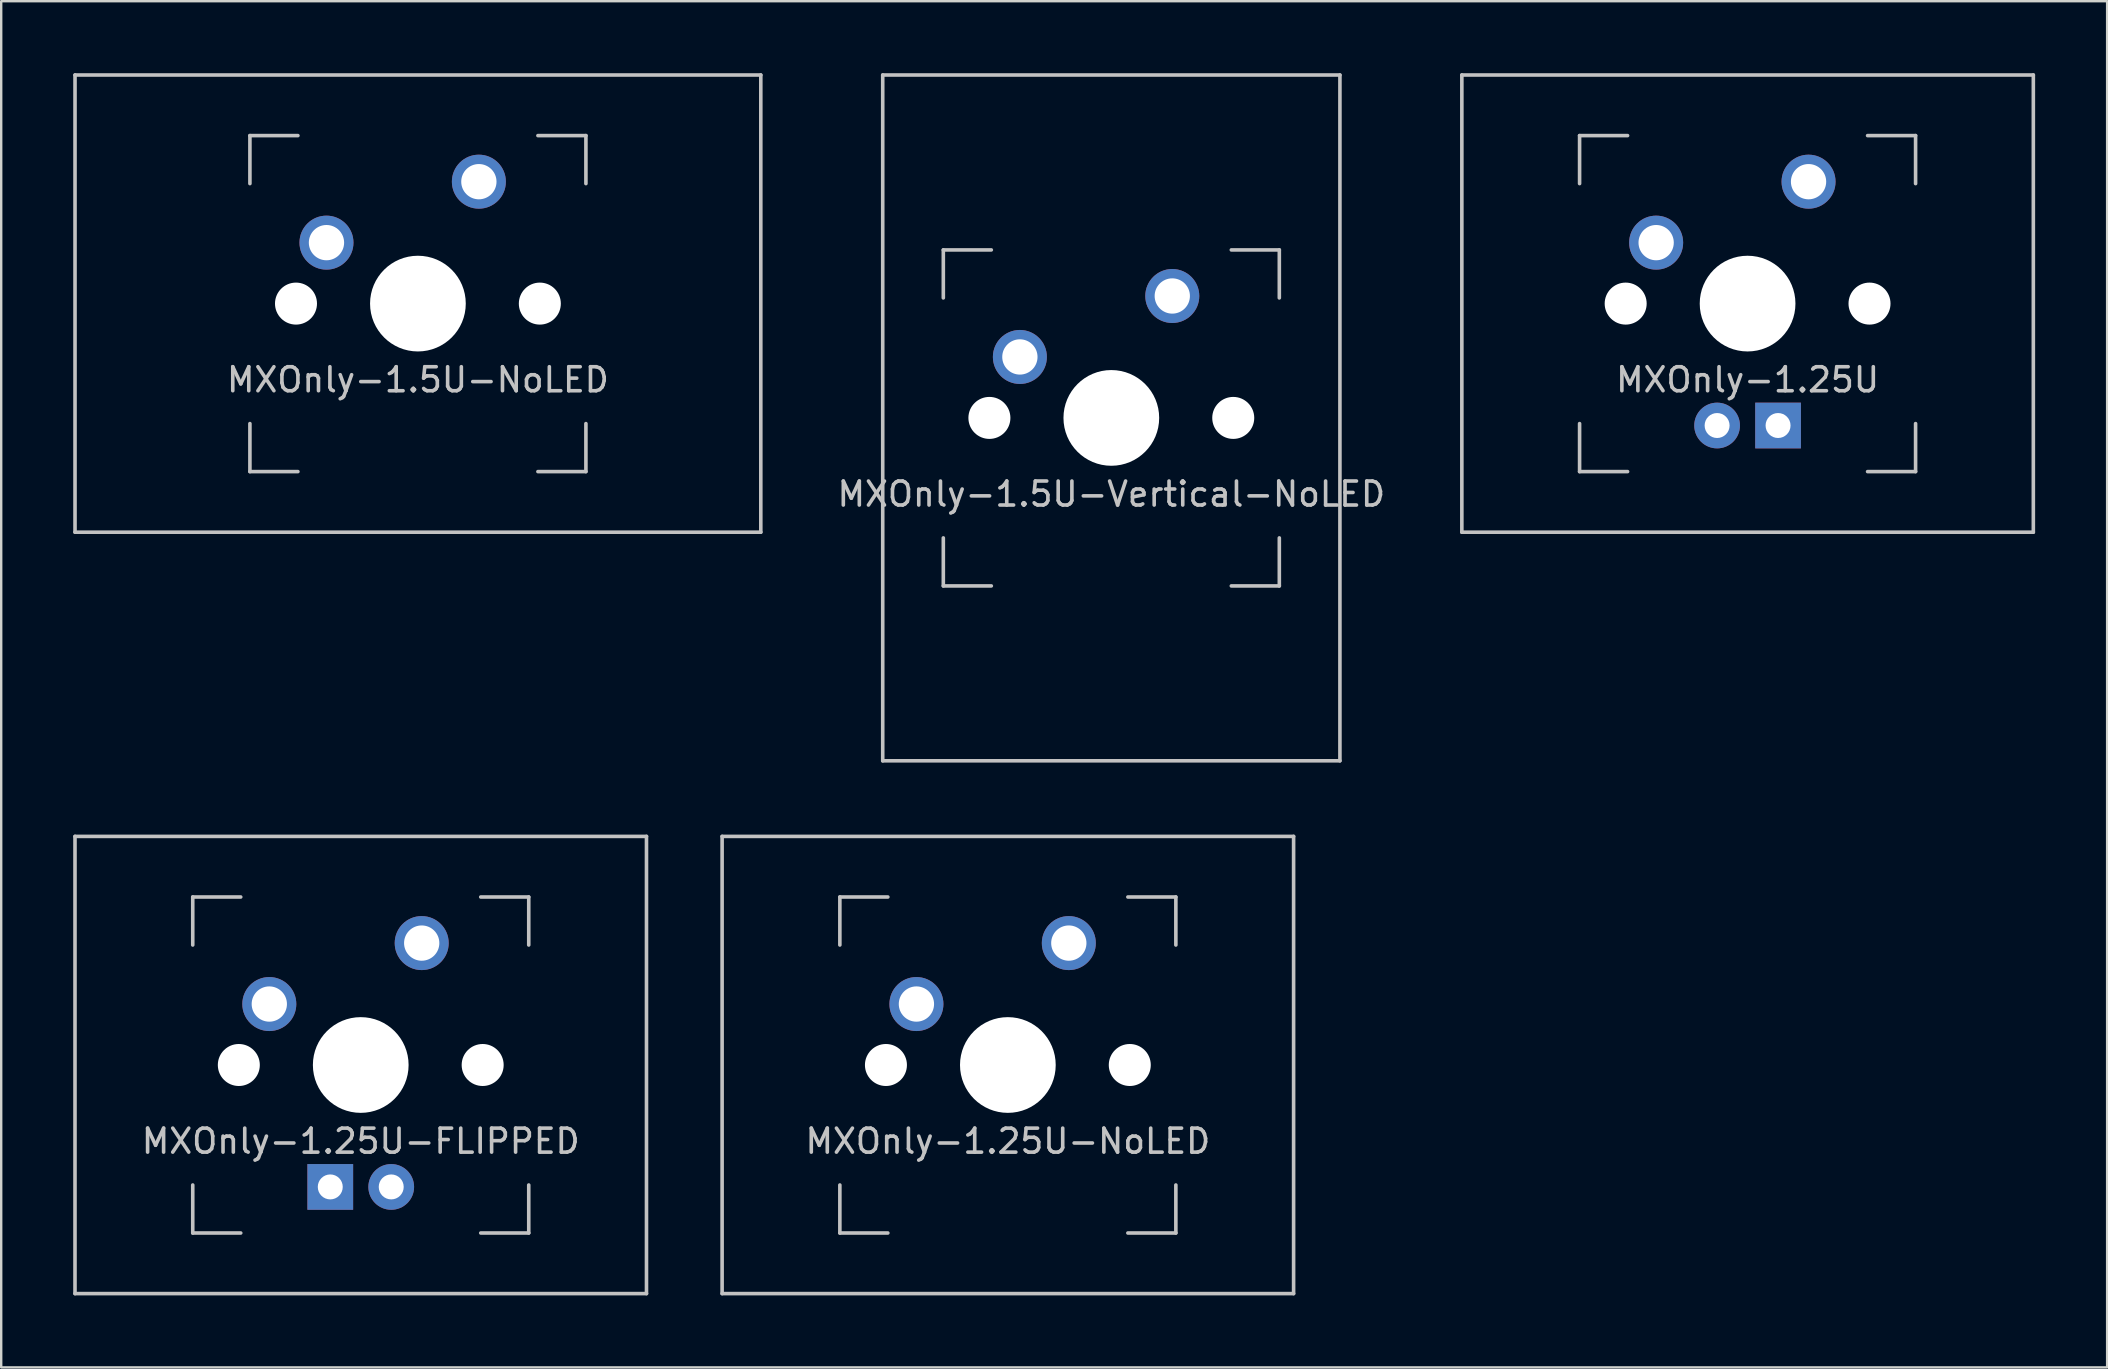
<source format=kicad_pcb>
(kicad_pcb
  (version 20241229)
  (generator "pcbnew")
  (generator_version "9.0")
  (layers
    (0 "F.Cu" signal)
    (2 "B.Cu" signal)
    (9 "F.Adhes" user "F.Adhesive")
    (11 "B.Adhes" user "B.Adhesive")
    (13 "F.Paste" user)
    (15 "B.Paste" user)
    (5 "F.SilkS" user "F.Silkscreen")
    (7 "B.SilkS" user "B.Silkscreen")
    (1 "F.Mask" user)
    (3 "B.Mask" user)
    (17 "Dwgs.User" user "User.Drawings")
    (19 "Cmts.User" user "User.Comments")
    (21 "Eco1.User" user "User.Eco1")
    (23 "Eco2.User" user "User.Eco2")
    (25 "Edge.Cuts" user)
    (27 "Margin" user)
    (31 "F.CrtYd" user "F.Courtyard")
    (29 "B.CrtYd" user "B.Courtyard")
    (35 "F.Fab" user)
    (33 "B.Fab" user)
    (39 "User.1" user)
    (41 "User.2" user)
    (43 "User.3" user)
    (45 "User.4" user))
  (footprint "MXOnly-1.5U-Vertical-NoLED"
    (layer "F.Cu")
    (at 43.255 14.363)
    (property "Reference" "MXOnly-1.5U-Vertical-NoLED" (at 0 3.175 0) (layer "Dwgs.User") (effects (font (size 1 1) (thickness 0.15))))
    (attr through_hole)
    (fp_line (start -9.525 -14.287) (end -9.525 14.287) (stroke (width 0.15) (type solid)) (layer "Dwgs.User"))
    (fp_line (start -7 -7) (end -7 -5) (stroke (width 0.15) (type solid)) (layer "Dwgs.User"))
    (fp_line (start -7 5) (end -7 7) (stroke (width 0.15) (type solid)) (layer "Dwgs.User"))
    (fp_line (start -7 7) (end -5 7) (stroke (width 0.15) (type solid)) (layer "Dwgs.User"))
    (fp_line (start -5 -7) (end -7 -7) (stroke (width 0.15) (type solid)) (layer "Dwgs.User"))
    (fp_line (start 5 -7) (end 7 -7) (stroke (width 0.15) (type solid)) (layer "Dwgs.User"))
    (fp_line (start 5 7) (end 7 7) (stroke (width 0.15) (type solid)) (layer "Dwgs.User"))
    (fp_line (start 7 -7) (end 7 -5) (stroke (width 0.15) (type solid)) (layer "Dwgs.User"))
    (fp_line (start 7 7) (end 7 5) (stroke (width 0.15) (type solid)) (layer "Dwgs.User"))
    (fp_line (start 9.525 -14.287) (end -9.525 -14.287) (stroke (width 0.15) (type solid)) (layer "Dwgs.User"))
    (fp_line (start 9.525 -14.287) (end 9.525 14.287) (stroke (width 0.15) (type solid)) (layer "Dwgs.User"))
    (fp_line (start 9.525 14.287) (end -9.525 14.287) (stroke (width 0.15) (type solid)) (layer "Dwgs.User"))
    (pad "" np_thru_hole circle (at -5.08 0 48.1) (size 1.75 1.75) (drill 1.75) (layers "*.Cu" "*.Mask"))
    (pad "" np_thru_hole circle (at 0 0) (size 3.988 3.988) (drill 3.988) (layers "*.Cu" "*.Mask"))
    (pad "" np_thru_hole circle (at 5.08 0 48.1) (size 1.75 1.75) (drill 1.75) (layers "*.Cu" "*.Mask"))
    (pad "1" thru_hole circle (at -3.81 -2.54) (size 2.25 2.25) (drill 1.47) (layers "*.Cu" "B.Mask"))
    (pad "2" thru_hole circle (at 2.54 -5.08) (size 2.25 2.25) (drill 1.47) (layers "*.Cu" "B.Mask")))
  (footprint "MXOnly-1.5U-NoLED"
    (layer "F.Cu")
    (at 14.363 9.6)
    (property "Reference" "MXOnly-1.5U-NoLED" (at 0 3.175 0) (layer "Dwgs.User") (effects (font (size 1 1) (thickness 0.15))))
    (attr through_hole)
    (fp_line (start -14.287 -9.525) (end 14.287 -9.525) (stroke (width 0.15) (type solid)) (layer "Dwgs.User"))
    (fp_line (start -14.287 9.525) (end -14.287 -9.525) (stroke (width 0.15) (type solid)) (layer "Dwgs.User"))
    (fp_line (start -14.287 9.525) (end 14.287 9.525) (stroke (width 0.15) (type solid)) (layer "Dwgs.User"))
    (fp_line (start -7 -7) (end -7 -5) (stroke (width 0.15) (type solid)) (layer "Dwgs.User"))
    (fp_line (start -7 5) (end -7 7) (stroke (width 0.15) (type solid)) (layer "Dwgs.User"))
    (fp_line (start -7 7) (end -5 7) (stroke (width 0.15) (type solid)) (layer "Dwgs.User"))
    (fp_line (start -5 -7) (end -7 -7) (stroke (width 0.15) (type solid)) (layer "Dwgs.User"))
    (fp_line (start 5 -7) (end 7 -7) (stroke (width 0.15) (type solid)) (layer "Dwgs.User"))
    (fp_line (start 5 7) (end 7 7) (stroke (width 0.15) (type solid)) (layer "Dwgs.User"))
    (fp_line (start 7 -7) (end 7 -5) (stroke (width 0.15) (type solid)) (layer "Dwgs.User"))
    (fp_line (start 7 7) (end 7 5) (stroke (width 0.15) (type solid)) (layer "Dwgs.User"))
    (fp_line (start 14.287 -9.525) (end 14.287 9.525) (stroke (width 0.15) (type solid)) (layer "Dwgs.User"))
    (pad "" np_thru_hole circle (at -5.08 0 48.1) (size 1.75 1.75) (drill 1.75) (layers "*.Cu" "*.Mask"))
    (pad "" np_thru_hole circle (at 0 0) (size 3.988 3.988) (drill 3.988) (layers "*.Cu" "*.Mask"))
    (pad "" np_thru_hole circle (at 5.08 0 48.1) (size 1.75 1.75) (drill 1.75) (layers "*.Cu" "*.Mask"))
    (pad "1" thru_hole circle (at -3.81 -2.54) (size 2.25 2.25) (drill 1.47) (layers "*.Cu" "B.Mask"))
    (pad "2" thru_hole circle (at 2.54 -5.08) (size 2.25 2.25) (drill 1.47) (layers "*.Cu" "B.Mask")))
  (footprint "MXOnly-1.25U-FLIPPED"
    (layer "F.Cu")
    (at 11.981 41.325)
    (property "Reference" "MXOnly-1.25U-FLIPPED" (at 0 3.175 0) (layer "Dwgs.User") (effects (font (size 1 1) (thickness 0.15))))
    (attr through_hole)
    (fp_line (start -11.906 -9.525) (end 11.906 -9.525) (stroke (width 0.15) (type solid)) (layer "Dwgs.User"))
    (fp_line (start -11.906 9.525) (end -11.906 -9.525) (stroke (width 0.15) (type solid)) (layer "Dwgs.User"))
    (fp_line (start -11.906 9.525) (end 11.906 9.525) (stroke (width 0.15) (type solid)) (layer "Dwgs.User"))
    (fp_line (start -7 -7) (end -7 -5) (stroke (width 0.15) (type solid)) (layer "Dwgs.User"))
    (fp_line (start -7 5) (end -7 7) (stroke (width 0.15) (type solid)) (layer "Dwgs.User"))
    (fp_line (start -7 7) (end -5 7) (stroke (width 0.15) (type solid)) (layer "Dwgs.User"))
    (fp_line (start -5 -7) (end -7 -7) (stroke (width 0.15) (type solid)) (layer "Dwgs.User"))
    (fp_line (start 5 -7) (end 7 -7) (stroke (width 0.15) (type solid)) (layer "Dwgs.User"))
    (fp_line (start 5 7) (end 7 7) (stroke (width 0.15) (type solid)) (layer "Dwgs.User"))
    (fp_line (start 7 -7) (end 7 -5) (stroke (width 0.15) (type solid)) (layer "Dwgs.User"))
    (fp_line (start 7 7) (end 7 5) (stroke (width 0.15) (type solid)) (layer "Dwgs.User"))
    (fp_line (start 11.906 -9.525) (end 11.906 9.525) (stroke (width 0.15) (type solid)) (layer "Dwgs.User"))
    (pad "" np_thru_hole circle (at -5.08 0 48.1) (size 1.75 1.75) (drill 1.75) (layers "*.Cu" "*.Mask"))
    (pad "" np_thru_hole circle (at 0 0) (size 3.988 3.988) (drill 3.988) (layers "*.Cu" "*.Mask"))
    (pad "" np_thru_hole circle (at 5.08 0 48.1) (size 1.75 1.75) (drill 1.75) (layers "*.Cu" "*.Mask"))
    (pad "1" thru_hole circle (at -3.81 -2.54) (size 2.25 2.25) (drill 1.47) (layers "*.Cu" "B.Mask"))
    (pad "2" thru_hole circle (at 2.54 -5.08) (size 2.25 2.25) (drill 1.47) (layers "*.Cu" "B.Mask"))
    (pad "3" thru_hole circle (at 1.27 5.08) (size 1.905 1.905) (drill 1.04) (layers "*.Cu" "B.Mask"))
    (pad "4" thru_hole rect (at -1.27 5.08) (size 1.905 1.905) (drill 1.04) (layers "*.Cu" "B.Mask")))
  (footprint "MXOnly-1.25U"
    (layer "F.Cu")
    (at 69.766 9.6)
    (property "Reference" "MXOnly-1.25U" (at 0 3.175 0) (layer "Dwgs.User") (effects (font (size 1 1) (thickness 0.15))))
    (attr through_hole)
    (fp_line (start -11.906 -9.525) (end 11.906 -9.525) (stroke (width 0.15) (type solid)) (layer "Dwgs.User"))
    (fp_line (start -11.906 9.525) (end -11.906 -9.525) (stroke (width 0.15) (type solid)) (layer "Dwgs.User"))
    (fp_line (start -11.906 9.525) (end 11.906 9.525) (stroke (width 0.15) (type solid)) (layer "Dwgs.User"))
    (fp_line (start -7 -7) (end -7 -5) (stroke (width 0.15) (type solid)) (layer "Dwgs.User"))
    (fp_line (start -7 5) (end -7 7) (stroke (width 0.15) (type solid)) (layer "Dwgs.User"))
    (fp_line (start -7 7) (end -5 7) (stroke (width 0.15) (type solid)) (layer "Dwgs.User"))
    (fp_line (start -5 -7) (end -7 -7) (stroke (width 0.15) (type solid)) (layer "Dwgs.User"))
    (fp_line (start 5 -7) (end 7 -7) (stroke (width 0.15) (type solid)) (layer "Dwgs.User"))
    (fp_line (start 5 7) (end 7 7) (stroke (width 0.15) (type solid)) (layer "Dwgs.User"))
    (fp_line (start 7 -7) (end 7 -5) (stroke (width 0.15) (type solid)) (layer "Dwgs.User"))
    (fp_line (start 7 7) (end 7 5) (stroke (width 0.15) (type solid)) (layer "Dwgs.User"))
    (fp_line (start 11.906 -9.525) (end 11.906 9.525) (stroke (width 0.15) (type solid)) (layer "Dwgs.User"))
    (pad "" np_thru_hole circle (at -5.08 0 48.1) (size 1.75 1.75) (drill 1.75) (layers "*.Cu" "*.Mask"))
    (pad "" np_thru_hole circle (at 0 0) (size 3.988 3.988) (drill 3.988) (layers "*.Cu" "*.Mask"))
    (pad "" np_thru_hole circle (at 5.08 0 48.1) (size 1.75 1.75) (drill 1.75) (layers "*.Cu" "*.Mask"))
    (pad "1" thru_hole circle (at -3.81 -2.54) (size 2.25 2.25) (drill 1.47) (layers "*.Cu" "B.Mask"))
    (pad "2" thru_hole circle (at 2.54 -5.08) (size 2.25 2.25) (drill 1.47) (layers "*.Cu" "B.Mask"))
    (pad "3" thru_hole circle (at -1.27 5.08) (size 1.905 1.905) (drill 1.04) (layers "*.Cu" "B.Mask"))
    (pad "4" thru_hole rect (at 1.27 5.08) (size 1.905 1.905) (drill 1.04) (layers "*.Cu" "B.Mask")))
  (footprint "MXOnly-1.25U-NoLED"
    (layer "F.Cu")
    (at 38.944 41.325)
    (property "Reference" "MXOnly-1.25U-NoLED" (at 0 3.175 0) (layer "Dwgs.User") (effects (font (size 1 1) (thickness 0.15))))
    (attr through_hole)
    (fp_line (start -11.906 -9.525) (end 11.906 -9.525) (stroke (width 0.15) (type solid)) (layer "Dwgs.User"))
    (fp_line (start -11.906 9.525) (end -11.906 -9.525) (stroke (width 0.15) (type solid)) (layer "Dwgs.User"))
    (fp_line (start -11.906 9.525) (end 11.906 9.525) (stroke (width 0.15) (type solid)) (layer "Dwgs.User"))
    (fp_line (start -7 -7) (end -7 -5) (stroke (width 0.15) (type solid)) (layer "Dwgs.User"))
    (fp_line (start -7 5) (end -7 7) (stroke (width 0.15) (type solid)) (layer "Dwgs.User"))
    (fp_line (start -7 7) (end -5 7) (stroke (width 0.15) (type solid)) (layer "Dwgs.User"))
    (fp_line (start -5 -7) (end -7 -7) (stroke (width 0.15) (type solid)) (layer "Dwgs.User"))
    (fp_line (start 5 -7) (end 7 -7) (stroke (width 0.15) (type solid)) (layer "Dwgs.User"))
    (fp_line (start 5 7) (end 7 7) (stroke (width 0.15) (type solid)) (layer "Dwgs.User"))
    (fp_line (start 7 -7) (end 7 -5) (stroke (width 0.15) (type solid)) (layer "Dwgs.User"))
    (fp_line (start 7 7) (end 7 5) (stroke (width 0.15) (type solid)) (layer "Dwgs.User"))
    (fp_line (start 11.906 -9.525) (end 11.906 9.525) (stroke (width 0.15) (type solid)) (layer "Dwgs.User"))
    (pad "" np_thru_hole circle (at -5.08 0 48.1) (size 1.75 1.75) (drill 1.75) (layers "*.Cu" "*.Mask"))
    (pad "" np_thru_hole circle (at 0 0) (size 3.988 3.988) (drill 3.988) (layers "*.Cu" "*.Mask"))
    (pad "" np_thru_hole circle (at 5.08 0 48.1) (size 1.75 1.75) (drill 1.75) (layers "*.Cu" "*.Mask"))
    (pad "1" thru_hole circle (at -3.81 -2.54) (size 2.25 2.25) (drill 1.47) (layers "*.Cu" "B.Mask"))
    (pad "2" thru_hole circle (at 2.54 -5.08) (size 2.25 2.25) (drill 1.47) (layers "*.Cu" "B.Mask")))
  (gr_rect
    (start -3 -3)
    (end 84.747 53.925)
    (stroke (width 0.1) (type default))
    (fill no)
    (layer "Edge.Cuts")))
</source>
